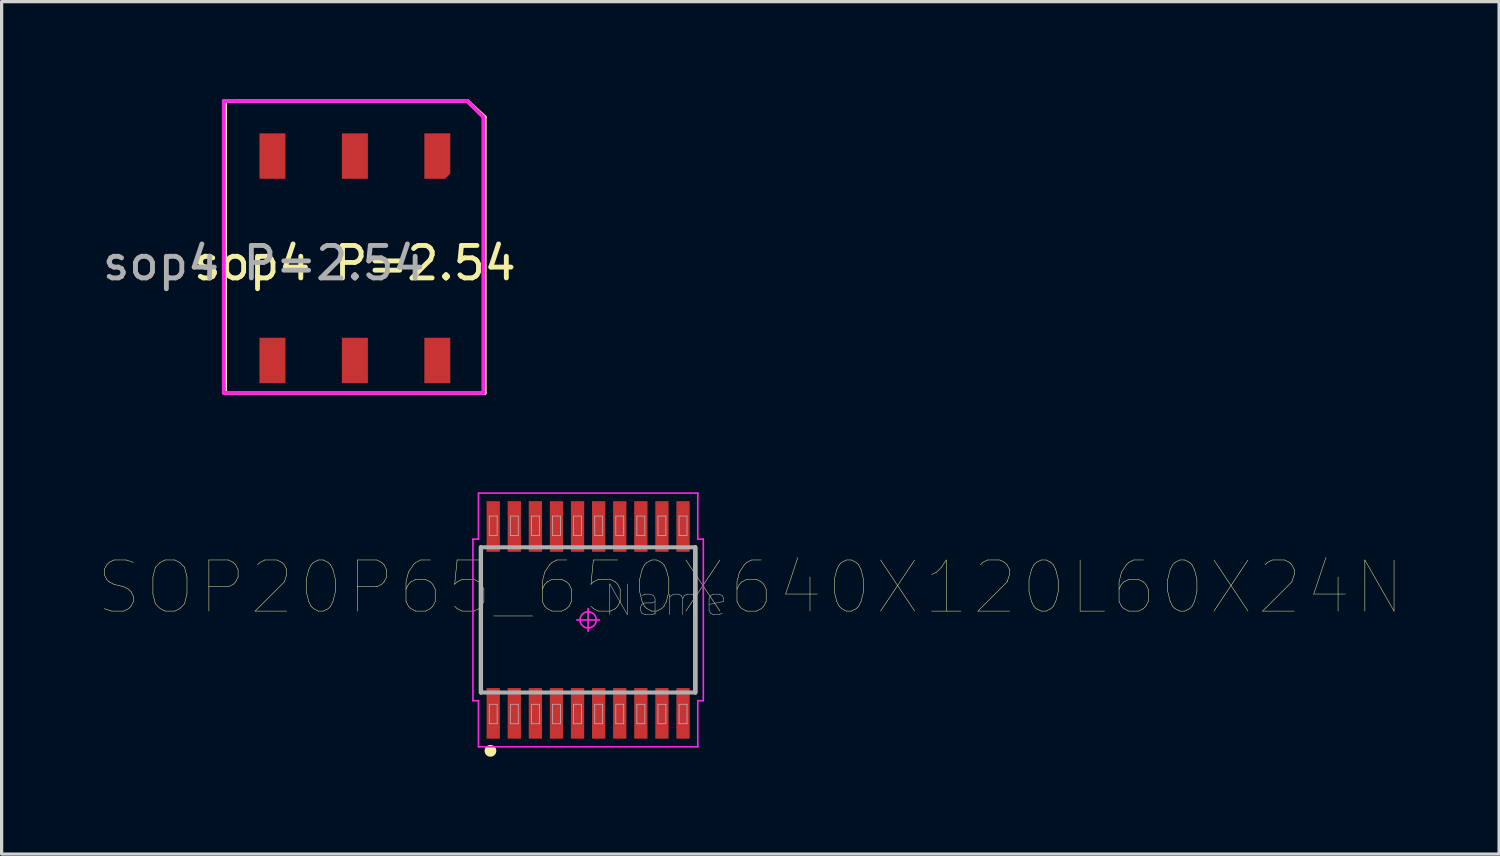
<source format=kicad_pcb>
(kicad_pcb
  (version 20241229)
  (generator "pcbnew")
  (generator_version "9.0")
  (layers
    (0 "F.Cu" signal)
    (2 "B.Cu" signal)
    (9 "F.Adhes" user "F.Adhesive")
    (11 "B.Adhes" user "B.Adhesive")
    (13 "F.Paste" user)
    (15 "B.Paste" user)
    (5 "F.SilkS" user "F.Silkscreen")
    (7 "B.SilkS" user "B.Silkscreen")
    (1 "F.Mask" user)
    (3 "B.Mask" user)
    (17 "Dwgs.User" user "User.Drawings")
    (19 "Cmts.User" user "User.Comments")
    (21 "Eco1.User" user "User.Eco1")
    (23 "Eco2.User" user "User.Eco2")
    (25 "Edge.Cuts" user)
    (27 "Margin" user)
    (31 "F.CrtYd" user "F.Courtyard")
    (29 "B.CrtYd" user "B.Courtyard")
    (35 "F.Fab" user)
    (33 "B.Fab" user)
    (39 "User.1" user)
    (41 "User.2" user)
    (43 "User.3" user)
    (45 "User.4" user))
  (footprint "SOP20P65_650X640X120L60X24N"
    (layer "F.Cu")
    (at 15.075 16.055)
    (property "Reference" "SOP20P65_650X640X120L60X24N" (at 5 -1 0) (layer "F.SilkS") (effects (font (size 1.575 1.575) (thickness 0.015))))
    (fp_line (start -3.31 2.24) (end -3.31 -2.24) (stroke (width 0.12) (type solid)) (layer "F.SilkS"))
    (fp_line (start 3.31 2.24) (end 3.31 -2.24) (stroke (width 0.12) (type solid)) (layer "F.SilkS"))
    (fp_circle (center -3.01 4.035) (end -2.829 4.035) (stroke (width 0) (type solid)) (fill yes) (layer "F.SilkS"))
    (fp_line (start -3.55 -2.49) (end -3.55 2.49) (stroke (width 0.05) (type solid)) (layer "F.CrtYd"))
    (fp_line (start -3.55 2.49) (end -3.38 2.49) (stroke (width 0.05) (type solid)) (layer "F.CrtYd"))
    (fp_line (start -3.38 -3.91) (end -3.38 -2.49) (stroke (width 0.05) (type solid)) (layer "F.CrtYd"))
    (fp_line (start -3.38 -2.49) (end -3.55 -2.49) (stroke (width 0.05) (type solid)) (layer "F.CrtYd"))
    (fp_line (start -3.38 2.49) (end -3.38 3.91) (stroke (width 0.05) (type solid)) (layer "F.CrtYd"))
    (fp_line (start -3.38 3.91) (end 3.38 3.91) (stroke (width 0.05) (type solid)) (layer "F.CrtYd"))
    (fp_line (start -0.35 0) (end 0.35 0) (stroke (width 0.05) (type solid)) (layer "F.CrtYd"))
    (fp_line (start 0 -0.35) (end 0 0.35) (stroke (width 0.05) (type solid)) (layer "F.CrtYd"))
    (fp_line (start 3.38 -3.91) (end -3.38 -3.91) (stroke (width 0.05) (type solid)) (layer "F.CrtYd"))
    (fp_line (start 3.38 -2.49) (end 3.38 -3.91) (stroke (width 0.05) (type solid)) (layer "F.CrtYd"))
    (fp_line (start 3.38 2.49) (end 3.55 2.49) (stroke (width 0.05) (type solid)) (layer "F.CrtYd"))
    (fp_line (start 3.38 3.91) (end 3.38 2.49) (stroke (width 0.05) (type solid)) (layer "F.CrtYd"))
    (fp_line (start 3.55 -2.49) (end 3.38 -2.49) (stroke (width 0.05) (type solid)) (layer "F.CrtYd"))
    (fp_line (start 3.55 2.49) (end 3.55 -2.49) (stroke (width 0.05) (type solid)) (layer "F.CrtYd"))
    (fp_circle (center 0 0) (end 0.25 0) (stroke (width 0.05) (type solid)) (fill no) (layer "F.CrtYd"))
    (fp_line (start -3.3 -2.24) (end 3.3 -2.24) (stroke (width 0.12) (type solid)) (layer "F.Fab"))
    (fp_line (start -3.3 2.24) (end -3.3 -2.24) (stroke (width 0.12) (type solid)) (layer "F.Fab"))
    (fp_line (start -3.25 -2.195) (end 3.25 -2.195) (stroke (width 0.025) (type solid)) (layer "F.Fab"))
    (fp_line (start -3.25 2.195) (end -3.25 -2.195) (stroke (width 0.025) (type solid)) (layer "F.Fab"))
    (fp_line (start -3.047 -3.2) (end -2.803 -3.2) (stroke (width 0.025) (type solid)) (layer "F.Fab"))
    (fp_line (start -3.047 -2.6) (end -3.047 -3.2) (stroke (width 0.025) (type solid)) (layer "F.Fab"))
    (fp_line (start -3.047 2.6) (end -2.803 2.6) (stroke (width 0.025) (type solid)) (layer "F.Fab"))
    (fp_line (start -3.047 3.2) (end -3.047 2.6) (stroke (width 0.025) (type solid)) (layer "F.Fab"))
    (fp_line (start -2.803 -3.2) (end -2.803 -2.6) (stroke (width 0.025) (type solid)) (layer "F.Fab"))
    (fp_line (start -2.803 -2.6) (end -3.047 -2.6) (stroke (width 0.025) (type solid)) (layer "F.Fab"))
    (fp_line (start -2.803 2.6) (end -2.803 3.2) (stroke (width 0.025) (type solid)) (layer "F.Fab"))
    (fp_line (start -2.803 3.2) (end -3.047 3.2) (stroke (width 0.025) (type solid)) (layer "F.Fab"))
    (fp_line (start -2.397 -3.2) (end -2.152 -3.2) (stroke (width 0.025) (type solid)) (layer "F.Fab"))
    (fp_line (start -2.397 -2.6) (end -2.397 -3.2) (stroke (width 0.025) (type solid)) (layer "F.Fab"))
    (fp_line (start -2.397 2.6) (end -2.152 2.6) (stroke (width 0.025) (type solid)) (layer "F.Fab"))
    (fp_line (start -2.397 3.2) (end -2.397 2.6) (stroke (width 0.025) (type solid)) (layer "F.Fab"))
    (fp_line (start -2.152 -3.2) (end -2.152 -2.6) (stroke (width 0.025) (type solid)) (layer "F.Fab"))
    (fp_line (start -2.152 -2.6) (end -2.397 -2.6) (stroke (width 0.025) (type solid)) (layer "F.Fab"))
    (fp_line (start -2.152 2.6) (end -2.152 3.2) (stroke (width 0.025) (type solid)) (layer "F.Fab"))
    (fp_line (start -2.152 3.2) (end -2.397 3.2) (stroke (width 0.025) (type solid)) (layer "F.Fab"))
    (fp_line (start -1.748 -3.2) (end -1.502 -3.2) (stroke (width 0.025) (type solid)) (layer "F.Fab"))
    (fp_line (start -1.748 -2.6) (end -1.748 -3.2) (stroke (width 0.025) (type solid)) (layer "F.Fab"))
    (fp_line (start -1.748 2.6) (end -1.502 2.6) (stroke (width 0.025) (type solid)) (layer "F.Fab"))
    (fp_line (start -1.748 3.2) (end -1.748 2.6) (stroke (width 0.025) (type solid)) (layer "F.Fab"))
    (fp_line (start -1.502 -3.2) (end -1.502 -2.6) (stroke (width 0.025) (type solid)) (layer "F.Fab"))
    (fp_line (start -1.502 -2.6) (end -1.748 -2.6) (stroke (width 0.025) (type solid)) (layer "F.Fab"))
    (fp_line (start -1.502 2.6) (end -1.502 3.2) (stroke (width 0.025) (type solid)) (layer "F.Fab"))
    (fp_line (start -1.502 3.2) (end -1.748 3.2) (stroke (width 0.025) (type solid)) (layer "F.Fab"))
    (fp_line (start -1.097 -3.2) (end -0.853 -3.2) (stroke (width 0.025) (type solid)) (layer "F.Fab"))
    (fp_line (start -1.097 -2.6) (end -1.097 -3.2) (stroke (width 0.025) (type solid)) (layer "F.Fab"))
    (fp_line (start -1.097 2.6) (end -0.853 2.6) (stroke (width 0.025) (type solid)) (layer "F.Fab"))
    (fp_line (start -1.097 3.2) (end -1.097 2.6) (stroke (width 0.025) (type solid)) (layer "F.Fab"))
    (fp_line (start -0.853 -3.2) (end -0.853 -2.6) (stroke (width 0.025) (type solid)) (layer "F.Fab"))
    (fp_line (start -0.853 -2.6) (end -1.097 -2.6) (stroke (width 0.025) (type solid)) (layer "F.Fab"))
    (fp_line (start -0.853 2.6) (end -0.853 3.2) (stroke (width 0.025) (type solid)) (layer "F.Fab"))
    (fp_line (start -0.853 3.2) (end -1.097 3.2) (stroke (width 0.025) (type solid)) (layer "F.Fab"))
    (fp_line (start -0.448 -3.2) (end -0.203 -3.2) (stroke (width 0.025) (type solid)) (layer "F.Fab"))
    (fp_line (start -0.448 -2.6) (end -0.448 -3.2) (stroke (width 0.025) (type solid)) (layer "F.Fab"))
    (fp_line (start -0.448 2.6) (end -0.203 2.6) (stroke (width 0.025) (type solid)) (layer "F.Fab"))
    (fp_line (start -0.448 3.2) (end -0.448 2.6) (stroke (width 0.025) (type solid)) (layer "F.Fab"))
    (fp_line (start -0.203 -3.2) (end -0.203 -2.6) (stroke (width 0.025) (type solid)) (layer "F.Fab"))
    (fp_line (start -0.203 -2.6) (end -0.448 -2.6) (stroke (width 0.025) (type solid)) (layer "F.Fab"))
    (fp_line (start -0.203 2.6) (end -0.203 3.2) (stroke (width 0.025) (type solid)) (layer "F.Fab"))
    (fp_line (start -0.203 3.2) (end -0.448 3.2) (stroke (width 0.025) (type solid)) (layer "F.Fab"))
    (fp_line (start 0.203 -3.2) (end 0.448 -3.2) (stroke (width 0.025) (type solid)) (layer "F.Fab"))
    (fp_line (start 0.203 -2.6) (end 0.203 -3.2) (stroke (width 0.025) (type solid)) (layer "F.Fab"))
    (fp_line (start 0.203 2.6) (end 0.448 2.6) (stroke (width 0.025) (type solid)) (layer "F.Fab"))
    (fp_line (start 0.203 3.2) (end 0.203 2.6) (stroke (width 0.025) (type solid)) (layer "F.Fab"))
    (fp_line (start 0.448 -3.2) (end 0.448 -2.6) (stroke (width 0.025) (type solid)) (layer "F.Fab"))
    (fp_line (start 0.448 -2.6) (end 0.203 -2.6) (stroke (width 0.025) (type solid)) (layer "F.Fab"))
    (fp_line (start 0.448 2.6) (end 0.448 3.2) (stroke (width 0.025) (type solid)) (layer "F.Fab"))
    (fp_line (start 0.448 3.2) (end 0.203 3.2) (stroke (width 0.025) (type solid)) (layer "F.Fab"))
    (fp_line (start 0.853 -3.2) (end 1.097 -3.2) (stroke (width 0.025) (type solid)) (layer "F.Fab"))
    (fp_line (start 0.853 -2.6) (end 0.853 -3.2) (stroke (width 0.025) (type solid)) (layer "F.Fab"))
    (fp_line (start 0.853 2.6) (end 1.097 2.6) (stroke (width 0.025) (type solid)) (layer "F.Fab"))
    (fp_line (start 0.853 3.2) (end 0.853 2.6) (stroke (width 0.025) (type solid)) (layer "F.Fab"))
    (fp_line (start 1.097 -3.2) (end 1.097 -2.6) (stroke (width 0.025) (type solid)) (layer "F.Fab"))
    (fp_line (start 1.097 -2.6) (end 0.853 -2.6) (stroke (width 0.025) (type solid)) (layer "F.Fab"))
    (fp_line (start 1.097 2.6) (end 1.097 3.2) (stroke (width 0.025) (type solid)) (layer "F.Fab"))
    (fp_line (start 1.097 3.2) (end 0.853 3.2) (stroke (width 0.025) (type solid)) (layer "F.Fab"))
    (fp_line (start 1.502 -3.2) (end 1.748 -3.2) (stroke (width 0.025) (type solid)) (layer "F.Fab"))
    (fp_line (start 1.502 -2.6) (end 1.502 -3.2) (stroke (width 0.025) (type solid)) (layer "F.Fab"))
    (fp_line (start 1.502 2.6) (end 1.748 2.6) (stroke (width 0.025) (type solid)) (layer "F.Fab"))
    (fp_line (start 1.502 3.2) (end 1.502 2.6) (stroke (width 0.025) (type solid)) (layer "F.Fab"))
    (fp_line (start 1.748 -3.2) (end 1.748 -2.6) (stroke (width 0.025) (type solid)) (layer "F.Fab"))
    (fp_line (start 1.748 -2.6) (end 1.502 -2.6) (stroke (width 0.025) (type solid)) (layer "F.Fab"))
    (fp_line (start 1.748 2.6) (end 1.748 3.2) (stroke (width 0.025) (type solid)) (layer "F.Fab"))
    (fp_line (start 1.748 3.2) (end 1.502 3.2) (stroke (width 0.025) (type solid)) (layer "F.Fab"))
    (fp_line (start 2.152 -3.2) (end 2.397 -3.2) (stroke (width 0.025) (type solid)) (layer "F.Fab"))
    (fp_line (start 2.152 -2.6) (end 2.152 -3.2) (stroke (width 0.025) (type solid)) (layer "F.Fab"))
    (fp_line (start 2.152 2.6) (end 2.397 2.6) (stroke (width 0.025) (type solid)) (layer "F.Fab"))
    (fp_line (start 2.152 3.2) (end 2.152 2.6) (stroke (width 0.025) (type solid)) (layer "F.Fab"))
    (fp_line (start 2.397 -3.2) (end 2.397 -2.6) (stroke (width 0.025) (type solid)) (layer "F.Fab"))
    (fp_line (start 2.397 -2.6) (end 2.152 -2.6) (stroke (width 0.025) (type solid)) (layer "F.Fab"))
    (fp_line (start 2.397 2.6) (end 2.397 3.2) (stroke (width 0.025) (type solid)) (layer "F.Fab"))
    (fp_line (start 2.397 3.2) (end 2.152 3.2) (stroke (width 0.025) (type solid)) (layer "F.Fab"))
    (fp_line (start 2.803 -3.2) (end 3.047 -3.2) (stroke (width 0.025) (type solid)) (layer "F.Fab"))
    (fp_line (start 2.803 -2.6) (end 2.803 -3.2) (stroke (width 0.025) (type solid)) (layer "F.Fab"))
    (fp_line (start 2.803 2.6) (end 3.047 2.6) (stroke (width 0.025) (type solid)) (layer "F.Fab"))
    (fp_line (start 2.803 3.2) (end 2.803 2.6) (stroke (width 0.025) (type solid)) (layer "F.Fab"))
    (fp_line (start 3.047 -3.2) (end 3.047 -2.6) (stroke (width 0.025) (type solid)) (layer "F.Fab"))
    (fp_line (start 3.047 -2.6) (end 2.803 -2.6) (stroke (width 0.025) (type solid)) (layer "F.Fab"))
    (fp_line (start 3.047 2.6) (end 3.047 3.2) (stroke (width 0.025) (type solid)) (layer "F.Fab"))
    (fp_line (start 3.047 3.2) (end 2.803 3.2) (stroke (width 0.025) (type solid)) (layer "F.Fab"))
    (fp_line (start 3.25 -2.195) (end 3.25 2.195) (stroke (width 0.025) (type solid)) (layer "F.Fab"))
    (fp_line (start 3.25 2.195) (end -3.25 2.195) (stroke (width 0.025) (type solid)) (layer "F.Fab"))
    (fp_line (start 3.3 -2.24) (end 3.3 2.24) (stroke (width 0.12) (type solid)) (layer "F.Fab"))
    (fp_line (start 3.3 2.24) (end -3.3 2.24) (stroke (width 0.12) (type solid)) (layer "F.Fab"))
    (fp_text user "Name" (at 2.4 -0.6 0) (layer "Dwgs.User") (effects (font (size 0.945 0.945) (thickness 0.015))))
    (pad "1" smd rect (at -2.925 2.88) (size 0.41 1.56) (layers "F.Cu" "F.Mask" "F.Paste"))
    (pad "2" smd rect (at -2.275 2.88) (size 0.41 1.56) (layers "F.Cu" "F.Mask" "F.Paste"))
    (pad "3" smd rect (at -1.625 2.88) (size 0.41 1.56) (layers "F.Cu" "F.Mask" "F.Paste"))
    (pad "4" smd rect (at -0.975 2.88) (size 0.41 1.56) (layers "F.Cu" "F.Mask" "F.Paste"))
    (pad "5" smd rect (at -0.325 2.88) (size 0.41 1.56) (layers "F.Cu" "F.Mask" "F.Paste"))
    (pad "6" smd rect (at 0.325 2.88) (size 0.41 1.56) (layers "F.Cu" "F.Mask" "F.Paste"))
    (pad "7" smd rect (at 0.975 2.88) (size 0.41 1.56) (layers "F.Cu" "F.Mask" "F.Paste"))
    (pad "8" smd rect (at 1.625 2.88) (size 0.41 1.56) (layers "F.Cu" "F.Mask" "F.Paste"))
    (pad "9" smd rect (at 2.275 2.88) (size 0.41 1.56) (layers "F.Cu" "F.Mask" "F.Paste"))
    (pad "10" smd rect (at 2.925 2.88) (size 0.41 1.56) (layers "F.Cu" "F.Mask" "F.Paste"))
    (pad "11" smd rect (at 2.925 -2.88) (size 0.41 1.56) (layers "F.Cu" "F.Mask" "F.Paste"))
    (pad "12" smd rect (at 2.275 -2.88) (size 0.41 1.56) (layers "F.Cu" "F.Mask" "F.Paste"))
    (pad "13" smd rect (at 1.625 -2.88) (size 0.41 1.56) (layers "F.Cu" "F.Mask" "F.Paste"))
    (pad "14" smd rect (at 0.975 -2.88) (size 0.41 1.56) (layers "F.Cu" "F.Mask" "F.Paste"))
    (pad "15" smd rect (at 0.325 -2.88) (size 0.41 1.56) (layers "F.Cu" "F.Mask" "F.Paste"))
    (pad "16" smd rect (at -0.325 -2.88) (size 0.41 1.56) (layers "F.Cu" "F.Mask" "F.Paste"))
    (pad "17" smd rect (at -0.975 -2.88) (size 0.41 1.56) (layers "F.Cu" "F.Mask" "F.Paste"))
    (pad "18" smd rect (at -1.625 -2.88) (size 0.41 1.56) (layers "F.Cu" "F.Mask" "F.Paste"))
    (pad "19" smd rect (at -2.275 -2.88) (size 0.41 1.56) (layers "F.Cu" "F.Mask" "F.Paste"))
    (pad "20" smd rect (at -2.925 -2.88) (size 0.41 1.56) (layers "F.Cu" "F.Mask" "F.Paste")))
  (footprint "sop4 P=2.54"
    (layer "F.Cu")
    (at 7.887 8.06)
    (property "Reference" "sop4 P=2.54" (at 0 -3 0) (unlocked yes) (layer "F.SilkS") (effects (font (size 1 1) (thickness 0.15))))
    (fp_line (start -4 -8) (end 3.46 -8) (stroke (width 0.12) (type solid)) (layer "F.SilkS"))
    (fp_line (start -4 1) (end -4 -8) (stroke (width 0.12) (type solid)) (layer "F.SilkS"))
    (fp_line (start 3.46 -8) (end 4 -7.5) (stroke (width 0.12) (type solid)) (layer "F.SilkS"))
    (fp_line (start 4 -7.5) (end 4 1) (stroke (width 0.12) (type solid)) (layer "F.SilkS"))
    (fp_line (start 4 1) (end -4 1) (stroke (width 0.12) (type solid)) (layer "F.SilkS"))
    (fp_line (start -4.04 -8) (end 3.46 -8) (stroke (width 0.12) (type solid)) (layer "F.CrtYd"))
    (fp_line (start -4.04 1) (end -4.04 -8) (stroke (width 0.12) (type solid)) (layer "F.CrtYd"))
    (fp_line (start 3.46 -8) (end 3.96 -7.5) (stroke (width 0.12) (type solid)) (layer "F.CrtYd"))
    (fp_line (start 3.96 -7.5) (end 3.96 1) (stroke (width 0.12) (type solid)) (layer "F.CrtYd"))
    (fp_line (start 3.96 1) (end -4.04 1) (stroke (width 0.12) (type solid)) (layer "F.CrtYd"))
    (fp_text user "${REFERENCE}" (at -2.81 -3 0) (unlocked yes) (layer "F.Fab") (effects (font (size 1 1) (thickness 0.15))))
    (pad "1" smd roundrect (at 2.54 -6.3 180) (size 0.8 1.4) (layers "F.Cu" "F.Mask" "F.Paste") (roundrect_rratio 0) (chamfer_ratio 0.2) (chamfer top_left))
    (pad "2" smd rect (at 0 -6.3 180) (size 0.8 1.4) (layers "F.Cu" "F.Mask" "F.Paste"))
    (pad "3" smd rect (at -2.54 -6.3 180) (size 0.8 1.4) (layers "F.Cu" "F.Mask" "F.Paste"))
    (pad "4" smd rect (at -2.54 0 180) (size 0.8 1.4) (layers "F.Cu" "F.Mask" "F.Paste"))
    (pad "5" smd rect (at 0 0 180) (size 0.8 1.4) (layers "F.Cu" "F.Mask" "F.Paste"))
    (pad "6" smd rect (at 2.54 0 180) (size 0.8 1.4) (layers "F.Cu" "F.Mask" "F.Paste")))
  (gr_rect
    (start -3 -3)
    (end 43.15 23.271)
    (stroke (width 0.1) (type default))
    (fill no)
    (layer "Edge.Cuts")))
</source>
